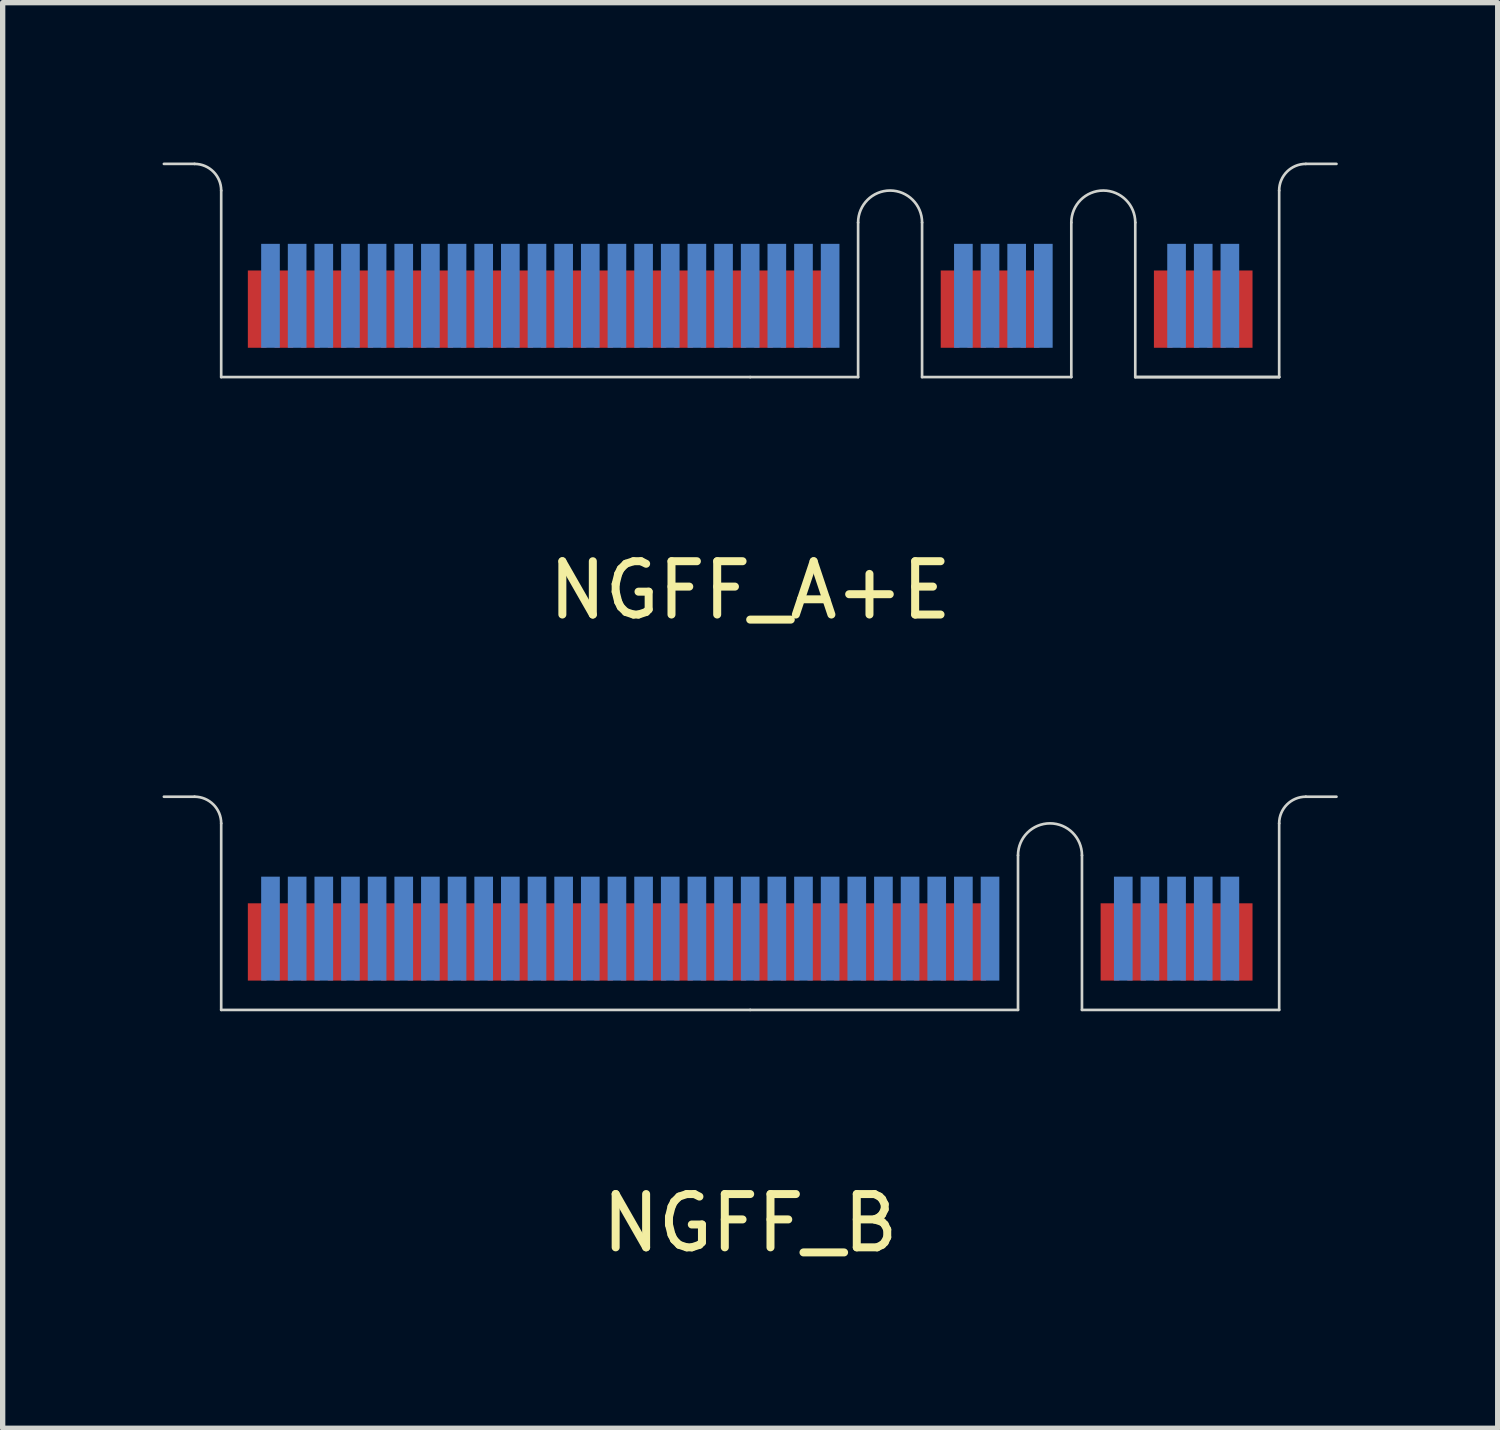
<source format=kicad_pcb>
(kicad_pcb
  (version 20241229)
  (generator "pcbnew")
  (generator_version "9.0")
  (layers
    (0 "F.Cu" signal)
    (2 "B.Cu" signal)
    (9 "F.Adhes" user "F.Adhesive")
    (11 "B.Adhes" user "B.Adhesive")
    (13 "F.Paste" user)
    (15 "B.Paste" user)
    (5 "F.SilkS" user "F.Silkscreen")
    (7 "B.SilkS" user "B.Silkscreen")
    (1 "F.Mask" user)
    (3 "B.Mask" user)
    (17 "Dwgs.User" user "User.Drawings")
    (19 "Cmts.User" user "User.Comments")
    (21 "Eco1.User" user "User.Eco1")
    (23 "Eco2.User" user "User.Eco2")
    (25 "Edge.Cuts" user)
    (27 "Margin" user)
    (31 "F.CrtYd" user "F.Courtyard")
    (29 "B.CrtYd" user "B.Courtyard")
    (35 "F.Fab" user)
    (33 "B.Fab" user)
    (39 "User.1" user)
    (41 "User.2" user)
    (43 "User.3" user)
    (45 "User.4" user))
  (footprint "NGFF_A+E"
    (layer "F.Cu")
    (at 11.025 4.025)
    (property "Reference" "NGFF_A+E" (at 0 4 0) (layer "F.SilkS") (effects (font (size 1 1) (thickness 0.15))))
    (attr through_hole)
    (fp_poly (pts (xy -9.925 0) (xy 2.025 0) (xy 2.025 -2) (xy -9.925 -2)) (stroke (width 0.1) (type solid)) (fill yes) (layer "F.Mask"))
    (fp_poly (pts (xy -9.925 0) (xy 2.025 0) (xy 2.025 -2) (xy -9.925 -2)) (stroke (width 0.1) (type solid)) (fill yes) (layer "F.Mask"))
    (fp_poly (pts (xy 3.225 0) (xy 6.025 0) (xy 6.025 -2) (xy 3.225 -2)) (stroke (width 0.1) (type solid)) (fill yes) (layer "F.Mask"))
    (fp_poly (pts (xy 7.225 0) (xy 9.925 0) (xy 9.925 -2) (xy 7.225 -2)) (stroke (width 0.1) (type solid)) (fill yes) (layer "F.Mask"))
    (fp_poly (pts (xy -9.925 0) (xy 2.025 0) (xy 2.025 -2.5) (xy -9.925 -2.5)) (stroke (width 0.1) (type solid)) (fill yes) (layer "B.Mask"))
    (fp_poly (pts (xy -9.925 0) (xy 2.025 0) (xy 2.025 -2.5) (xy -9.925 -2.5)) (stroke (width 0.1) (type solid)) (fill yes) (layer "B.Mask"))
    (fp_poly (pts (xy 3.225 0) (xy 6.026 0) (xy 6.026 -2.5) (xy 3.225 -2.5)) (stroke (width 0.1) (type solid)) (fill yes) (layer "B.Mask"))
    (fp_poly (pts (xy 7.225 0) (xy 9.925 0) (xy 9.925 -2.5) (xy 7.225 -2.5)) (stroke (width 0.1) (type solid)) (fill yes) (layer "B.Mask"))
    (fp_line (start -11 -4) (end -10.425 -4) (stroke (width 0.05) (type solid)) (layer "Edge.Cuts"))
    (fp_line (start -9.925 -3.5) (end -9.925 0) (stroke (width 0.05) (type solid)) (layer "Edge.Cuts"))
    (fp_line (start -9.925 0) (end 0 0) (stroke (width 0.05) (type solid)) (layer "Edge.Cuts"))
    (fp_line (start 0 0) (end 2.025 0) (stroke (width 0.05) (type solid)) (layer "Edge.Cuts"))
    (fp_line (start 2.025 0) (end 2.025 -2.9) (stroke (width 0.05) (type solid)) (layer "Edge.Cuts"))
    (fp_line (start 3.225 -2.9) (end 3.225 0) (stroke (width 0.05) (type solid)) (layer "Edge.Cuts"))
    (fp_line (start 3.225 0) (end 6.025 0) (stroke (width 0.05) (type solid)) (layer "Edge.Cuts"))
    (fp_line (start 6.025 0) (end 6.025 -2.9) (stroke (width 0.05) (type solid)) (layer "Edge.Cuts"))
    (fp_line (start 7.225 -2.9) (end 7.225 0) (stroke (width 0.05) (type solid)) (layer "Edge.Cuts"))
    (fp_line (start 7.225 0) (end 9.925 0) (stroke (width 0.05) (type solid)) (layer "Edge.Cuts"))
    (fp_line (start 7.225 0) (end 9.925 0) (stroke (width 0.05) (type solid)) (layer "Edge.Cuts"))
    (fp_line (start 9.925 0) (end 9.925 -3.5) (stroke (width 0.05) (type solid)) (layer "Edge.Cuts"))
    (fp_line (start 10.425 -4) (end 11 -4) (stroke (width 0.05) (type solid)) (layer "Edge.Cuts"))
    (fp_arc (start -10.425 -4) (mid -10.071447 -3.853553) (end -9.925 -3.5) (stroke (width 0.05) (type solid)) (layer "Edge.Cuts"))
    (fp_arc (start 2.025 -2.9) (mid 2.625 -3.5) (end 3.225 -2.9) (stroke (width 0.05) (type solid)) (layer "Edge.Cuts"))
    (fp_arc (start 6.025 -2.9) (mid 6.625 -3.5) (end 7.225 -2.9) (stroke (width 0.05) (type solid)) (layer "Edge.Cuts"))
    (fp_arc (start 9.925 -3.5) (mid 10.071447 -3.853553) (end 10.425 -4) (stroke (width 0.05) (type solid)) (layer "Edge.Cuts"))
    (pad "1" smd rect (at 9.25 -1.275) (size 0.35 1.45) (layers "F.Cu"))
    (pad "2" smd rect (at 9 -1.525) (size 0.35 1.95) (layers "B.Cu"))
    (pad "3" smd rect (at 8.75 -1.275) (size 0.35 1.45) (layers "F.Cu"))
    (pad "4" smd rect (at 8.5 -1.525) (size 0.35 1.95) (layers "B.Cu"))
    (pad "5" smd rect (at 8.25 -1.275) (size 0.35 1.45) (layers "F.Cu"))
    (pad "6" smd rect (at 8 -1.525) (size 0.35 1.95) (layers "B.Cu"))
    (pad "7" smd rect (at 7.75 -1.275) (size 0.35 1.45) (layers "F.Cu"))
    (pad "16" smd rect (at 5.5 -1.525) (size 0.35 1.95) (layers "B.Cu"))
    (pad "17" smd rect (at 5.25 -1.275) (size 0.35 1.45) (layers "F.Cu"))
    (pad "18" smd rect (at 5 -1.525) (size 0.35 1.95) (layers "B.Cu"))
    (pad "19" smd rect (at 4.75 -1.275) (size 0.35 1.45) (layers "F.Cu"))
    (pad "20" smd rect (at 4.5 -1.525) (size 0.35 1.95) (layers "B.Cu"))
    (pad "21" smd rect (at 4.25 -1.275) (size 0.35 1.45) (layers "F.Cu"))
    (pad "22" smd rect (at 4 -1.525) (size 0.35 1.95) (layers "B.Cu"))
    (pad "23" smd rect (at 3.75 -1.275) (size 0.35 1.45) (layers "F.Cu"))
    (pad "32" smd rect (at 1.5 -1.525) (size 0.35 1.95) (layers "B.Cu"))
    (pad "33" smd rect (at 1.25 -1.275) (size 0.35 1.45) (layers "F.Cu"))
    (pad "34" smd rect (at 1 -1.525) (size 0.35 1.95) (layers "B.Cu"))
    (pad "35" smd rect (at 0.75 -1.275) (size 0.35 1.45) (layers "F.Cu"))
    (pad "36" smd rect (at 0.5 -1.525) (size 0.35 1.95) (layers "B.Cu"))
    (pad "37" smd rect (at 0.25 -1.275) (size 0.35 1.45) (layers "F.Cu"))
    (pad "38" smd rect (at 0 -1.525) (size 0.35 1.95) (layers "B.Cu"))
    (pad "39" smd rect (at -0.25 -1.275) (size 0.35 1.45) (layers "F.Cu"))
    (pad "40" smd rect (at -0.5 -1.525) (size 0.35 1.95) (layers "B.Cu"))
    (pad "41" smd rect (at -0.75 -1.275) (size 0.35 1.45) (layers "F.Cu"))
    (pad "42" smd rect (at -1 -1.525) (size 0.35 1.95) (layers "B.Cu"))
    (pad "43" smd rect (at -1.25 -1.275) (size 0.35 1.45) (layers "F.Cu"))
    (pad "44" smd rect (at -1.5 -1.525) (size 0.35 1.95) (layers "B.Cu"))
    (pad "45" smd rect (at -1.75 -1.275) (size 0.35 1.45) (layers "F.Cu"))
    (pad "46" smd rect (at -2 -1.525) (size 0.35 1.95) (layers "B.Cu"))
    (pad "47" smd rect (at -2.25 -1.275) (size 0.35 1.45) (layers "F.Cu"))
    (pad "48" smd rect (at -2.5 -1.525) (size 0.35 1.95) (layers "B.Cu"))
    (pad "49" smd rect (at -2.75 -1.275) (size 0.35 1.45) (layers "F.Cu"))
    (pad "50" smd rect (at -3 -1.525) (size 0.35 1.95) (layers "B.Cu"))
    (pad "51" smd rect (at -3.25 -1.275) (size 0.35 1.45) (layers "F.Cu"))
    (pad "52" smd rect (at -3.5 -1.525) (size 0.35 1.95) (layers "B.Cu"))
    (pad "53" smd rect (at -3.75 -1.275) (size 0.35 1.45) (layers "F.Cu"))
    (pad "54" smd rect (at -4 -1.525) (size 0.35 1.95) (layers "B.Cu"))
    (pad "55" smd rect (at -4.25 -1.275) (size 0.35 1.45) (layers "F.Cu"))
    (pad "56" smd rect (at -4.5 -1.525) (size 0.35 1.95) (layers "B.Cu"))
    (pad "57" smd rect (at -4.75 -1.275) (size 0.35 1.45) (layers "F.Cu"))
    (pad "58" smd rect (at -5 -1.525) (size 0.35 1.95) (layers "B.Cu"))
    (pad "59" smd rect (at -5.25 -1.275) (size 0.35 1.45) (layers "F.Cu"))
    (pad "60" smd rect (at -5.5 -1.525) (size 0.35 1.95) (layers "B.Cu"))
    (pad "61" smd rect (at -5.75 -1.275) (size 0.35 1.45) (layers "F.Cu"))
    (pad "62" smd rect (at -6 -1.525) (size 0.35 1.95) (layers "B.Cu"))
    (pad "63" smd rect (at -6.25 -1.275) (size 0.35 1.45) (layers "F.Cu"))
    (pad "64" smd rect (at -6.5 -1.525) (size 0.35 1.95) (layers "B.Cu"))
    (pad "65" smd rect (at -6.75 -1.275) (size 0.35 1.45) (layers "F.Cu"))
    (pad "66" smd rect (at -7 -1.525) (size 0.35 1.95) (layers "B.Cu"))
    (pad "67" smd rect (at -7.25 -1.275) (size 0.35 1.45) (layers "F.Cu"))
    (pad "68" smd rect (at -7.5 -1.525) (size 0.35 1.95) (layers "B.Cu"))
    (pad "69" smd rect (at -7.75 -1.275) (size 0.35 1.45) (layers "F.Cu"))
    (pad "70" smd rect (at -8 -1.525) (size 0.35 1.95) (layers "B.Cu"))
    (pad "71" smd rect (at -8.25 -1.275) (size 0.35 1.45) (layers "F.Cu"))
    (pad "72" smd rect (at -8.5 -1.525) (size 0.35 1.95) (layers "B.Cu"))
    (pad "73" smd rect (at -8.75 -1.275) (size 0.35 1.45) (layers "F.Cu"))
    (pad "74" smd rect (at -9 -1.525) (size 0.35 1.95) (layers "B.Cu"))
    (pad "75" smd rect (at -9.25 -1.275) (size 0.35 1.45) (layers "F.Cu")))
  (footprint "NGFF_B"
    (layer "F.Cu")
    (at 11.025 15.898)
    (property "Reference" "NGFF_B" (at 0 4 0) (layer "F.SilkS") (effects (font (size 1 1) (thickness 0.15))))
    (attr through_hole)
    (fp_poly (pts (xy -9.925 0) (xy 5.025 0) (xy 5.025 -2) (xy -9.925 -2)) (stroke (width 0.1) (type solid)) (fill yes) (layer "F.Mask"))
    (fp_poly (pts (xy 6.225 0) (xy 9.925 0) (xy 9.925 -2) (xy 6.225 -2)) (stroke (width 0.1) (type solid)) (fill yes) (layer "F.Mask"))
    (fp_poly (pts (xy -9.925 0) (xy 5.025 0) (xy 5.025 -2.5) (xy -9.925 -2.5)) (stroke (width 0.1) (type solid)) (fill yes) (layer "B.Mask"))
    (fp_poly (pts (xy 6.225 0) (xy 9.925 0) (xy 9.925 -2.5) (xy 6.225 -2.5)) (stroke (width 0.1) (type solid)) (fill yes) (layer "B.Mask"))
    (fp_line (start -11 -4) (end -10.425 -4) (stroke (width 0.05) (type solid)) (layer "Edge.Cuts"))
    (fp_line (start -9.925 -3.5) (end -9.925 0) (stroke (width 0.05) (type solid)) (layer "Edge.Cuts"))
    (fp_line (start -9.925 0) (end 0 0) (stroke (width 0.05) (type solid)) (layer "Edge.Cuts"))
    (fp_line (start 0 0) (end 5.025 0) (stroke (width 0.05) (type solid)) (layer "Edge.Cuts"))
    (fp_line (start 5.025 0) (end 5.025 -2.9) (stroke (width 0.05) (type solid)) (layer "Edge.Cuts"))
    (fp_line (start 6.225 -2.9) (end 6.225 0) (stroke (width 0.05) (type solid)) (layer "Edge.Cuts"))
    (fp_line (start 6.225 0) (end 9.925 0) (stroke (width 0.05) (type solid)) (layer "Edge.Cuts"))
    (fp_line (start 9.925 0) (end 9.925 -3.5) (stroke (width 0.05) (type solid)) (layer "Edge.Cuts"))
    (fp_line (start 10.425 -4) (end 11 -4) (stroke (width 0.05) (type solid)) (layer "Edge.Cuts"))
    (fp_arc (start -10.425 -4) (mid -10.071447 -3.853553) (end -9.925 -3.5) (stroke (width 0.05) (type solid)) (layer "Edge.Cuts"))
    (fp_arc (start 5.025 -2.9) (mid 5.625 -3.5) (end 6.225 -2.9) (stroke (width 0.05) (type solid)) (layer "Edge.Cuts"))
    (fp_arc (start 9.925 -3.5) (mid 10.071447 -3.853553) (end 10.425 -4) (stroke (width 0.05) (type solid)) (layer "Edge.Cuts"))
    (pad "1" smd rect (at 9.25 -1.275) (size 0.35 1.45) (layers "F.Cu"))
    (pad "2" smd rect (at 9 -1.525) (size 0.35 1.95) (layers "B.Cu"))
    (pad "3" smd rect (at 8.75 -1.275) (size 0.35 1.45) (layers "F.Cu"))
    (pad "4" smd rect (at 8.5 -1.525) (size 0.35 1.95) (layers "B.Cu"))
    (pad "5" smd rect (at 8.25 -1.275) (size 0.35 1.45) (layers "F.Cu"))
    (pad "6" smd rect (at 8 -1.525) (size 0.35 1.95) (layers "B.Cu"))
    (pad "7" smd rect (at 7.75 -1.275) (size 0.35 1.45) (layers "F.Cu"))
    (pad "8" smd rect (at 7.5 -1.525) (size 0.35 1.95) (layers "B.Cu"))
    (pad "9" smd rect (at 7.25 -1.275) (size 0.35 1.45) (layers "F.Cu"))
    (pad "10" smd rect (at 7 -1.525) (size 0.35 1.95) (layers "B.Cu"))
    (pad "11" smd rect (at 6.75 -1.275) (size 0.35 1.45) (layers "F.Cu"))
    (pad "20" smd rect (at 4.5 -1.525) (size 0.35 1.95) (layers "B.Cu"))
    (pad "21" smd rect (at 4.25 -1.275) (size 0.35 1.45) (layers "F.Cu"))
    (pad "22" smd rect (at 4 -1.525) (size 0.35 1.95) (layers "B.Cu"))
    (pad "23" smd rect (at 3.75 -1.275) (size 0.35 1.45) (layers "F.Cu"))
    (pad "24" smd rect (at 3.5 -1.525) (size 0.35 1.95) (layers "B.Cu"))
    (pad "25" smd rect (at 3.25 -1.275) (size 0.35 1.45) (layers "F.Cu"))
    (pad "26" smd rect (at 3 -1.525) (size 0.35 1.95) (layers "B.Cu"))
    (pad "27" smd rect (at 2.75 -1.275) (size 0.35 1.45) (layers "F.Cu"))
    (pad "28" smd rect (at 2.5 -1.525) (size 0.35 1.95) (layers "B.Cu"))
    (pad "29" smd rect (at 2.25 -1.275) (size 0.35 1.45) (layers "F.Cu"))
    (pad "30" smd rect (at 2 -1.525) (size 0.35 1.95) (layers "B.Cu"))
    (pad "31" smd rect (at 1.75 -1.275) (size 0.35 1.45) (layers "F.Cu"))
    (pad "32" smd rect (at 1.5 -1.525) (size 0.35 1.95) (layers "B.Cu"))
    (pad "33" smd rect (at 1.25 -1.275) (size 0.35 1.45) (layers "F.Cu"))
    (pad "34" smd rect (at 1 -1.525) (size 0.35 1.95) (layers "B.Cu"))
    (pad "35" smd rect (at 0.75 -1.275) (size 0.35 1.45) (layers "F.Cu"))
    (pad "36" smd rect (at 0.5 -1.525) (size 0.35 1.95) (layers "B.Cu"))
    (pad "37" smd rect (at 0.25 -1.275) (size 0.35 1.45) (layers "F.Cu"))
    (pad "38" smd rect (at 0 -1.525) (size 0.35 1.95) (layers "B.Cu"))
    (pad "39" smd rect (at -0.25 -1.275) (size 0.35 1.45) (layers "F.Cu"))
    (pad "40" smd rect (at -0.5 -1.525) (size 0.35 1.95) (layers "B.Cu"))
    (pad "41" smd rect (at -0.75 -1.275) (size 0.35 1.45) (layers "F.Cu"))
    (pad "42" smd rect (at -1 -1.525) (size 0.35 1.95) (layers "B.Cu"))
    (pad "43" smd rect (at -1.25 -1.275) (size 0.35 1.45) (layers "F.Cu"))
    (pad "44" smd rect (at -1.5 -1.525) (size 0.35 1.95) (layers "B.Cu"))
    (pad "45" smd rect (at -1.75 -1.275) (size 0.35 1.45) (layers "F.Cu"))
    (pad "46" smd rect (at -2 -1.525) (size 0.35 1.95) (layers "B.Cu"))
    (pad "47" smd rect (at -2.25 -1.275) (size 0.35 1.45) (layers "F.Cu"))
    (pad "48" smd rect (at -2.5 -1.525) (size 0.35 1.95) (layers "B.Cu"))
    (pad "49" smd rect (at -2.75 -1.275) (size 0.35 1.45) (layers "F.Cu"))
    (pad "50" smd rect (at -3 -1.525) (size 0.35 1.95) (layers "B.Cu"))
    (pad "51" smd rect (at -3.25 -1.275) (size 0.35 1.45) (layers "F.Cu"))
    (pad "52" smd rect (at -3.5 -1.525) (size 0.35 1.95) (layers "B.Cu"))
    (pad "53" smd rect (at -3.75 -1.275) (size 0.35 1.45) (layers "F.Cu"))
    (pad "54" smd rect (at -4 -1.525) (size 0.35 1.95) (layers "B.Cu"))
    (pad "55" smd rect (at -4.25 -1.275) (size 0.35 1.45) (layers "F.Cu"))
    (pad "56" smd rect (at -4.5 -1.525) (size 0.35 1.95) (layers "B.Cu"))
    (pad "57" smd rect (at -4.75 -1.275) (size 0.35 1.45) (layers "F.Cu"))
    (pad "58" smd rect (at -5 -1.525) (size 0.35 1.95) (layers "B.Cu"))
    (pad "59" smd rect (at -5.25 -1.275) (size 0.35 1.45) (layers "F.Cu"))
    (pad "60" smd rect (at -5.5 -1.525) (size 0.35 1.95) (layers "B.Cu"))
    (pad "61" smd rect (at -5.75 -1.275) (size 0.35 1.45) (layers "F.Cu"))
    (pad "62" smd rect (at -6 -1.525) (size 0.35 1.95) (layers "B.Cu"))
    (pad "63" smd rect (at -6.25 -1.275) (size 0.35 1.45) (layers "F.Cu"))
    (pad "64" smd rect (at -6.5 -1.525) (size 0.35 1.95) (layers "B.Cu"))
    (pad "65" smd rect (at -6.75 -1.275) (size 0.35 1.45) (layers "F.Cu"))
    (pad "66" smd rect (at -7 -1.525) (size 0.35 1.95) (layers "B.Cu"))
    (pad "67" smd rect (at -7.25 -1.275) (size 0.35 1.45) (layers "F.Cu"))
    (pad "68" smd rect (at -7.5 -1.525) (size 0.35 1.95) (layers "B.Cu"))
    (pad "69" smd rect (at -7.75 -1.275) (size 0.35 1.45) (layers "F.Cu"))
    (pad "70" smd rect (at -8 -1.525) (size 0.35 1.95) (layers "B.Cu"))
    (pad "71" smd rect (at -8.25 -1.275) (size 0.35 1.45) (layers "F.Cu"))
    (pad "72" smd rect (at -8.5 -1.525) (size 0.35 1.95) (layers "B.Cu"))
    (pad "73" smd rect (at -8.75 -1.275) (size 0.35 1.45) (layers "F.Cu"))
    (pad "74" smd rect (at -9 -1.525) (size 0.35 1.95) (layers "B.Cu"))
    (pad "75" smd rect (at -9.25 -1.275) (size 0.35 1.45) (layers "F.Cu")))
  (gr_rect
    (start -3 -3)
    (end 25.05 23.747)
    (stroke (width 0.1) (type default))
    (fill no)
    (layer "Edge.Cuts")))
</source>
